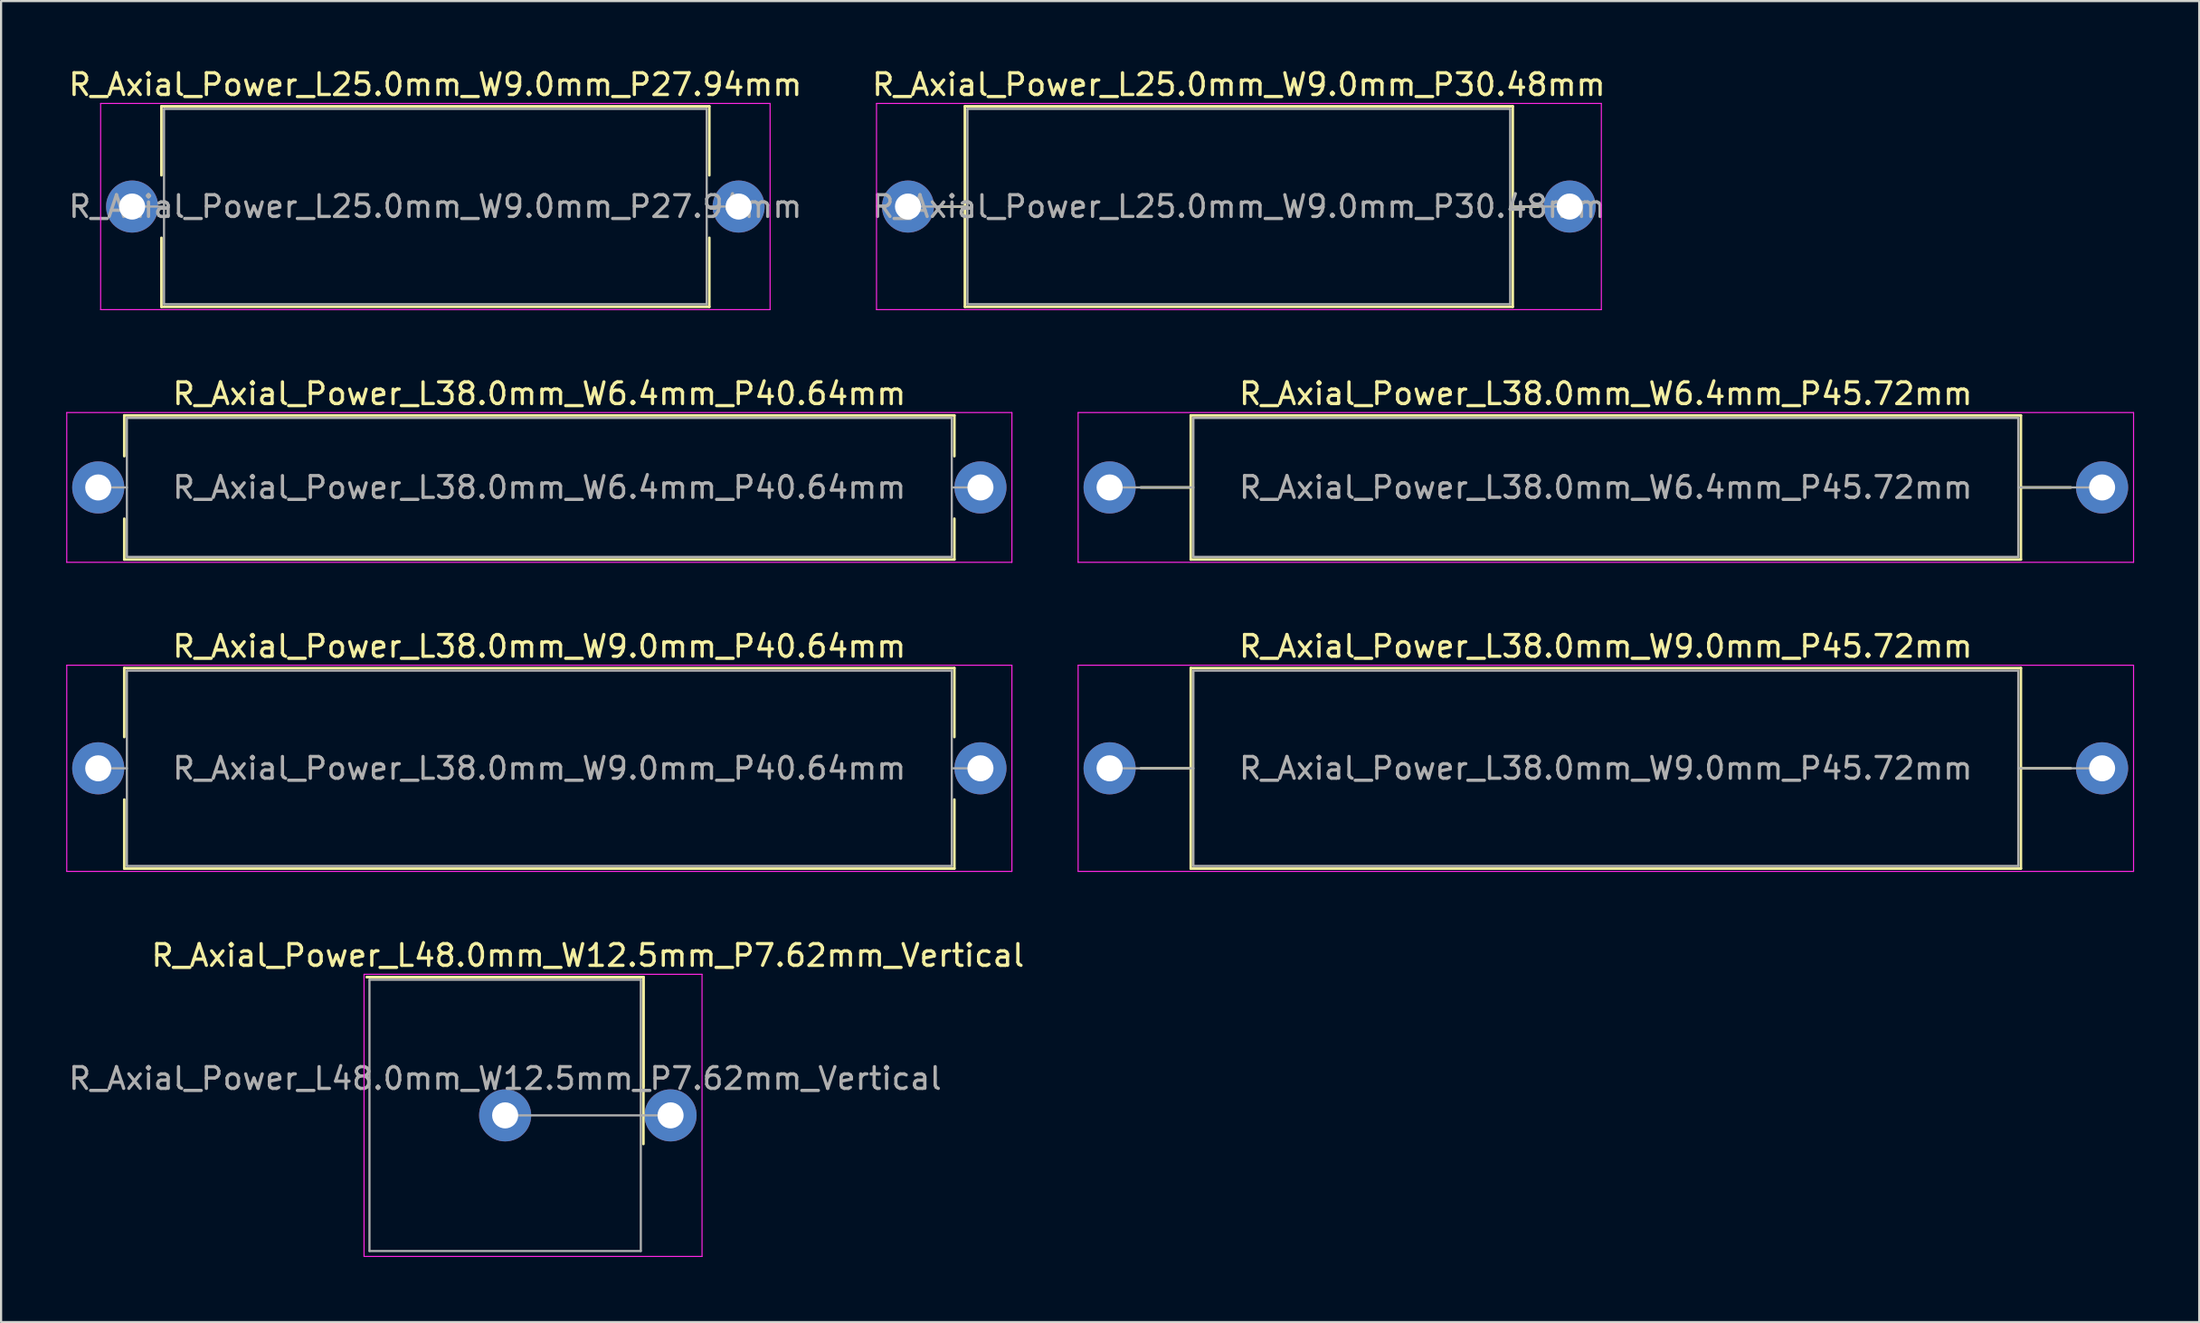
<source format=kicad_pcb>
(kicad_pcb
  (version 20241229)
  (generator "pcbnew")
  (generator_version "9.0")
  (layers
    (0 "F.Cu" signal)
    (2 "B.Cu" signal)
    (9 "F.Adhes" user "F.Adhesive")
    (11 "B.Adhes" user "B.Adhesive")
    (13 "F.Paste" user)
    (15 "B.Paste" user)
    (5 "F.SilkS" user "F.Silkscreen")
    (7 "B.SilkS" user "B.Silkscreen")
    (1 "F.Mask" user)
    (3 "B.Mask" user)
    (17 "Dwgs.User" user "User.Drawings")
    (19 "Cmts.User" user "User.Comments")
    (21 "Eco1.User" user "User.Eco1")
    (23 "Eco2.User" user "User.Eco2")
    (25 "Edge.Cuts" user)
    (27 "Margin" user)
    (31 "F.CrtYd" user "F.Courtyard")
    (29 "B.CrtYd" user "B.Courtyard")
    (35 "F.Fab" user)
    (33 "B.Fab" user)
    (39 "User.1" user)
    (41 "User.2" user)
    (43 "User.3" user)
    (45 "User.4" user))
  (footprint "R_Axial_Power_L38.0mm_W6.4mm_P40.64mm"
    (layer "F.Cu")
    (at 1.475 19.412)
    (property "Reference" "R_Axial_Power_L38.0mm_W6.4mm_P40.64mm" (at 20.32 -4.32 0) (layer "F.SilkS") (effects (font (size 1 1) (thickness 0.15))))
    (attr through_hole)
    (fp_line (start 1.2 -3.32) (end 39.44 -3.32) (stroke (width 0.12) (type solid)) (layer "F.SilkS"))
    (fp_line (start 1.2 -1.44) (end 1.2 -3.32) (stroke (width 0.12) (type solid)) (layer "F.SilkS"))
    (fp_line (start 1.2 1.44) (end 1.2 3.32) (stroke (width 0.12) (type solid)) (layer "F.SilkS"))
    (fp_line (start 1.2 3.32) (end 39.44 3.32) (stroke (width 0.12) (type solid)) (layer "F.SilkS"))
    (fp_line (start 39.44 -3.32) (end 39.44 -1.44) (stroke (width 0.12) (type solid)) (layer "F.SilkS"))
    (fp_line (start 39.44 3.32) (end 39.44 1.44) (stroke (width 0.12) (type solid)) (layer "F.SilkS"))
    (fp_line (start -1.45 -3.45) (end -1.45 3.45) (stroke (width 0.05) (type solid)) (layer "F.CrtYd"))
    (fp_line (start -1.45 3.45) (end 42.09 3.45) (stroke (width 0.05) (type solid)) (layer "F.CrtYd"))
    (fp_line (start 42.09 -3.45) (end -1.45 -3.45) (stroke (width 0.05) (type solid)) (layer "F.CrtYd"))
    (fp_line (start 42.09 3.45) (end 42.09 -3.45) (stroke (width 0.05) (type solid)) (layer "F.CrtYd"))
    (fp_line (start 0 0) (end 1.32 0) (stroke (width 0.1) (type solid)) (layer "F.Fab"))
    (fp_line (start 1.32 -3.2) (end 1.32 3.2) (stroke (width 0.1) (type solid)) (layer "F.Fab"))
    (fp_line (start 1.32 3.2) (end 39.32 3.2) (stroke (width 0.1) (type solid)) (layer "F.Fab"))
    (fp_line (start 39.32 -3.2) (end 1.32 -3.2) (stroke (width 0.1) (type solid)) (layer "F.Fab"))
    (fp_line (start 39.32 3.2) (end 39.32 -3.2) (stroke (width 0.1) (type solid)) (layer "F.Fab"))
    (fp_line (start 40.64 0) (end 39.32 0) (stroke (width 0.1) (type solid)) (layer "F.Fab"))
    (fp_text user "${REFERENCE}" (at 20.32 0 0) (layer "F.Fab") (effects (font (size 1 1) (thickness 0.15))))
    (pad "1" thru_hole circle (at 0 0) (size 2.4 2.4) (drill 1.2) (layers "*.Cu" "*.Mask"))
    (pad "2" thru_hole oval (at 40.64 0) (size 2.4 2.4) (drill 1.2) (layers "*.Cu" "*.Mask")))
  (footprint "R_Axial_Power_L25.0mm_W9.0mm_P27.94mm"
    (layer "F.Cu")
    (at 3.036 6.468)
    (property "Reference" "R_Axial_Power_L25.0mm_W9.0mm_P27.94mm" (at 13.97 -5.62 0) (layer "F.SilkS") (effects (font (size 1 1) (thickness 0.15))))
    (attr through_hole)
    (fp_line (start 1.35 -4.62) (end 26.59 -4.62) (stroke (width 0.12) (type solid)) (layer "F.SilkS"))
    (fp_line (start 1.35 -1.44) (end 1.35 -4.62) (stroke (width 0.12) (type solid)) (layer "F.SilkS"))
    (fp_line (start 1.35 1.44) (end 1.35 4.62) (stroke (width 0.12) (type solid)) (layer "F.SilkS"))
    (fp_line (start 1.35 4.62) (end 26.59 4.62) (stroke (width 0.12) (type solid)) (layer "F.SilkS"))
    (fp_line (start 26.59 -4.62) (end 26.59 -1.44) (stroke (width 0.12) (type solid)) (layer "F.SilkS"))
    (fp_line (start 26.59 4.62) (end 26.59 1.44) (stroke (width 0.12) (type solid)) (layer "F.SilkS"))
    (fp_line (start -1.45 -4.75) (end -1.45 4.75) (stroke (width 0.05) (type solid)) (layer "F.CrtYd"))
    (fp_line (start -1.45 4.75) (end 29.39 4.75) (stroke (width 0.05) (type solid)) (layer "F.CrtYd"))
    (fp_line (start 29.39 -4.75) (end -1.45 -4.75) (stroke (width 0.05) (type solid)) (layer "F.CrtYd"))
    (fp_line (start 29.39 4.75) (end 29.39 -4.75) (stroke (width 0.05) (type solid)) (layer "F.CrtYd"))
    (fp_line (start 0 0) (end 1.47 0) (stroke (width 0.1) (type solid)) (layer "F.Fab"))
    (fp_line (start 1.47 -4.5) (end 1.47 4.5) (stroke (width 0.1) (type solid)) (layer "F.Fab"))
    (fp_line (start 1.47 4.5) (end 26.47 4.5) (stroke (width 0.1) (type solid)) (layer "F.Fab"))
    (fp_line (start 26.47 -4.5) (end 1.47 -4.5) (stroke (width 0.1) (type solid)) (layer "F.Fab"))
    (fp_line (start 26.47 4.5) (end 26.47 -4.5) (stroke (width 0.1) (type solid)) (layer "F.Fab"))
    (fp_line (start 27.94 0) (end 26.47 0) (stroke (width 0.1) (type solid)) (layer "F.Fab"))
    (fp_text user "${REFERENCE}" (at 13.97 0 0) (layer "F.Fab") (effects (font (size 1 1) (thickness 0.15))))
    (pad "1" thru_hole circle (at 0 0) (size 2.4 2.4) (drill 1.2) (layers "*.Cu" "*.Mask"))
    (pad "2" thru_hole oval (at 27.94 0) (size 2.4 2.4) (drill 1.2) (layers "*.Cu" "*.Mask")))
  (footprint "R_Axial_Power_L25.0mm_W9.0mm_P30.48mm"
    (layer "F.Cu")
    (at 38.778 6.468)
    (property "Reference" "R_Axial_Power_L25.0mm_W9.0mm_P30.48mm" (at 15.24 -5.62 0) (layer "F.SilkS") (effects (font (size 1 1) (thickness 0.15))))
    (attr through_hole)
    (fp_line (start 1.44 0) (end 2.62 0) (stroke (width 0.12) (type solid)) (layer "F.SilkS"))
    (fp_line (start 2.62 -4.62) (end 2.62 4.62) (stroke (width 0.12) (type solid)) (layer "F.SilkS"))
    (fp_line (start 2.62 4.62) (end 27.86 4.62) (stroke (width 0.12) (type solid)) (layer "F.SilkS"))
    (fp_line (start 27.86 -4.62) (end 2.62 -4.62) (stroke (width 0.12) (type solid)) (layer "F.SilkS"))
    (fp_line (start 27.86 4.62) (end 27.86 -4.62) (stroke (width 0.12) (type solid)) (layer "F.SilkS"))
    (fp_line (start 29.04 0) (end 27.86 0) (stroke (width 0.12) (type solid)) (layer "F.SilkS"))
    (fp_line (start -1.45 -4.75) (end -1.45 4.75) (stroke (width 0.05) (type solid)) (layer "F.CrtYd"))
    (fp_line (start -1.45 4.75) (end 31.94 4.75) (stroke (width 0.05) (type solid)) (layer "F.CrtYd"))
    (fp_line (start 31.94 -4.75) (end -1.45 -4.75) (stroke (width 0.05) (type solid)) (layer "F.CrtYd"))
    (fp_line (start 31.94 4.75) (end 31.94 -4.75) (stroke (width 0.05) (type solid)) (layer "F.CrtYd"))
    (fp_line (start 0 0) (end 2.74 0) (stroke (width 0.1) (type solid)) (layer "F.Fab"))
    (fp_line (start 2.74 -4.5) (end 2.74 4.5) (stroke (width 0.1) (type solid)) (layer "F.Fab"))
    (fp_line (start 2.74 4.5) (end 27.74 4.5) (stroke (width 0.1) (type solid)) (layer "F.Fab"))
    (fp_line (start 27.74 -4.5) (end 2.74 -4.5) (stroke (width 0.1) (type solid)) (layer "F.Fab"))
    (fp_line (start 27.74 4.5) (end 27.74 -4.5) (stroke (width 0.1) (type solid)) (layer "F.Fab"))
    (fp_line (start 30.48 0) (end 27.74 0) (stroke (width 0.1) (type solid)) (layer "F.Fab"))
    (fp_text user "${REFERENCE}" (at 15.24 0 0) (layer "F.Fab") (effects (font (size 1 1) (thickness 0.15))))
    (pad "1" thru_hole circle (at 0 0) (size 2.4 2.4) (drill 1.2) (layers "*.Cu" "*.Mask"))
    (pad "2" thru_hole oval (at 30.48 0) (size 2.4 2.4) (drill 1.2) (layers "*.Cu" "*.Mask")))
  (footprint "R_Axial_Power_L38.0mm_W9.0mm_P45.72mm"
    (layer "F.Cu")
    (at 48.065 32.355)
    (property "Reference" "R_Axial_Power_L38.0mm_W9.0mm_P45.72mm" (at 22.86 -5.62 0) (layer "F.SilkS") (effects (font (size 1 1) (thickness 0.15))))
    (attr through_hole)
    (fp_line (start 1.44 0) (end 3.74 0) (stroke (width 0.12) (type solid)) (layer "F.SilkS"))
    (fp_line (start 3.74 -4.62) (end 3.74 4.62) (stroke (width 0.12) (type solid)) (layer "F.SilkS"))
    (fp_line (start 3.74 4.62) (end 41.98 4.62) (stroke (width 0.12) (type solid)) (layer "F.SilkS"))
    (fp_line (start 41.98 -4.62) (end 3.74 -4.62) (stroke (width 0.12) (type solid)) (layer "F.SilkS"))
    (fp_line (start 41.98 4.62) (end 41.98 -4.62) (stroke (width 0.12) (type solid)) (layer "F.SilkS"))
    (fp_line (start 44.28 0) (end 41.98 0) (stroke (width 0.12) (type solid)) (layer "F.SilkS"))
    (fp_line (start -1.45 -4.75) (end -1.45 4.75) (stroke (width 0.05) (type solid)) (layer "F.CrtYd"))
    (fp_line (start -1.45 4.75) (end 47.17 4.75) (stroke (width 0.05) (type solid)) (layer "F.CrtYd"))
    (fp_line (start 47.17 -4.75) (end -1.45 -4.75) (stroke (width 0.05) (type solid)) (layer "F.CrtYd"))
    (fp_line (start 47.17 4.75) (end 47.17 -4.75) (stroke (width 0.05) (type solid)) (layer "F.CrtYd"))
    (fp_line (start 0 0) (end 3.86 0) (stroke (width 0.1) (type solid)) (layer "F.Fab"))
    (fp_line (start 3.86 -4.5) (end 3.86 4.5) (stroke (width 0.1) (type solid)) (layer "F.Fab"))
    (fp_line (start 3.86 4.5) (end 41.86 4.5) (stroke (width 0.1) (type solid)) (layer "F.Fab"))
    (fp_line (start 41.86 -4.5) (end 3.86 -4.5) (stroke (width 0.1) (type solid)) (layer "F.Fab"))
    (fp_line (start 41.86 4.5) (end 41.86 -4.5) (stroke (width 0.1) (type solid)) (layer "F.Fab"))
    (fp_line (start 45.72 0) (end 41.86 0) (stroke (width 0.1) (type solid)) (layer "F.Fab"))
    (fp_text user "${REFERENCE}" (at 22.86 0 0) (layer "F.Fab") (effects (font (size 1 1) (thickness 0.15))))
    (pad "1" thru_hole circle (at 0 0) (size 2.4 2.4) (drill 1.2) (layers "*.Cu" "*.Mask"))
    (pad "2" thru_hole oval (at 45.72 0) (size 2.4 2.4) (drill 1.2) (layers "*.Cu" "*.Mask")))
  (footprint "R_Axial_Power_L38.0mm_W9.0mm_P40.64mm"
    (layer "F.Cu")
    (at 1.475 32.355)
    (property "Reference" "R_Axial_Power_L38.0mm_W9.0mm_P40.64mm" (at 20.32 -5.62 0) (layer "F.SilkS") (effects (font (size 1 1) (thickness 0.15))))
    (attr through_hole)
    (fp_line (start 1.2 -4.62) (end 39.44 -4.62) (stroke (width 0.12) (type solid)) (layer "F.SilkS"))
    (fp_line (start 1.2 -1.44) (end 1.2 -4.62) (stroke (width 0.12) (type solid)) (layer "F.SilkS"))
    (fp_line (start 1.2 1.44) (end 1.2 4.62) (stroke (width 0.12) (type solid)) (layer "F.SilkS"))
    (fp_line (start 1.2 4.62) (end 39.44 4.62) (stroke (width 0.12) (type solid)) (layer "F.SilkS"))
    (fp_line (start 39.44 -4.62) (end 39.44 -1.44) (stroke (width 0.12) (type solid)) (layer "F.SilkS"))
    (fp_line (start 39.44 4.62) (end 39.44 1.44) (stroke (width 0.12) (type solid)) (layer "F.SilkS"))
    (fp_line (start -1.45 -4.75) (end -1.45 4.75) (stroke (width 0.05) (type solid)) (layer "F.CrtYd"))
    (fp_line (start -1.45 4.75) (end 42.09 4.75) (stroke (width 0.05) (type solid)) (layer "F.CrtYd"))
    (fp_line (start 42.09 -4.75) (end -1.45 -4.75) (stroke (width 0.05) (type solid)) (layer "F.CrtYd"))
    (fp_line (start 42.09 4.75) (end 42.09 -4.75) (stroke (width 0.05) (type solid)) (layer "F.CrtYd"))
    (fp_line (start 0 0) (end 1.32 0) (stroke (width 0.1) (type solid)) (layer "F.Fab"))
    (fp_line (start 1.32 -4.5) (end 1.32 4.5) (stroke (width 0.1) (type solid)) (layer "F.Fab"))
    (fp_line (start 1.32 4.5) (end 39.32 4.5) (stroke (width 0.1) (type solid)) (layer "F.Fab"))
    (fp_line (start 39.32 -4.5) (end 1.32 -4.5) (stroke (width 0.1) (type solid)) (layer "F.Fab"))
    (fp_line (start 39.32 4.5) (end 39.32 -4.5) (stroke (width 0.1) (type solid)) (layer "F.Fab"))
    (fp_line (start 40.64 0) (end 39.32 0) (stroke (width 0.1) (type solid)) (layer "F.Fab"))
    (fp_text user "${REFERENCE}" (at 20.32 0 0) (layer "F.Fab") (effects (font (size 1 1) (thickness 0.15))))
    (pad "1" thru_hole circle (at 0 0) (size 2.4 2.4) (drill 1.2) (layers "*.Cu" "*.Mask"))
    (pad "2" thru_hole oval (at 40.64 0) (size 2.4 2.4) (drill 1.2) (layers "*.Cu" "*.Mask")))
  (footprint "R_Axial_Power_L38.0mm_W6.4mm_P45.72mm"
    (layer "F.Cu")
    (at 48.065 19.412)
    (property "Reference" "R_Axial_Power_L38.0mm_W6.4mm_P45.72mm" (at 22.86 -4.32 0) (layer "F.SilkS") (effects (font (size 1 1) (thickness 0.15))))
    (attr through_hole)
    (fp_line (start 1.44 0) (end 3.74 0) (stroke (width 0.12) (type solid)) (layer "F.SilkS"))
    (fp_line (start 3.74 -3.32) (end 3.74 3.32) (stroke (width 0.12) (type solid)) (layer "F.SilkS"))
    (fp_line (start 3.74 3.32) (end 41.98 3.32) (stroke (width 0.12) (type solid)) (layer "F.SilkS"))
    (fp_line (start 41.98 -3.32) (end 3.74 -3.32) (stroke (width 0.12) (type solid)) (layer "F.SilkS"))
    (fp_line (start 41.98 3.32) (end 41.98 -3.32) (stroke (width 0.12) (type solid)) (layer "F.SilkS"))
    (fp_line (start 44.28 0) (end 41.98 0) (stroke (width 0.12) (type solid)) (layer "F.SilkS"))
    (fp_line (start -1.45 -3.45) (end -1.45 3.45) (stroke (width 0.05) (type solid)) (layer "F.CrtYd"))
    (fp_line (start -1.45 3.45) (end 47.17 3.45) (stroke (width 0.05) (type solid)) (layer "F.CrtYd"))
    (fp_line (start 47.17 -3.45) (end -1.45 -3.45) (stroke (width 0.05) (type solid)) (layer "F.CrtYd"))
    (fp_line (start 47.17 3.45) (end 47.17 -3.45) (stroke (width 0.05) (type solid)) (layer "F.CrtYd"))
    (fp_line (start 0 0) (end 3.86 0) (stroke (width 0.1) (type solid)) (layer "F.Fab"))
    (fp_line (start 3.86 -3.2) (end 3.86 3.2) (stroke (width 0.1) (type solid)) (layer "F.Fab"))
    (fp_line (start 3.86 3.2) (end 41.86 3.2) (stroke (width 0.1) (type solid)) (layer "F.Fab"))
    (fp_line (start 41.86 -3.2) (end 3.86 -3.2) (stroke (width 0.1) (type solid)) (layer "F.Fab"))
    (fp_line (start 41.86 3.2) (end 41.86 -3.2) (stroke (width 0.1) (type solid)) (layer "F.Fab"))
    (fp_line (start 45.72 0) (end 41.86 0) (stroke (width 0.1) (type solid)) (layer "F.Fab"))
    (fp_text user "${REFERENCE}" (at 22.86 0 0) (layer "F.Fab") (effects (font (size 1 1) (thickness 0.15))))
    (pad "1" thru_hole circle (at 0 0) (size 2.4 2.4) (drill 1.2) (layers "*.Cu" "*.Mask"))
    (pad "2" thru_hole oval (at 45.72 0) (size 2.4 2.4) (drill 1.2) (layers "*.Cu" "*.Mask")))
  (footprint "R_Axial_Power_L48.0mm_W12.5mm_P7.62mm_Vertical"
    (layer "F.Cu")
    (at 20.22 48.348)
    (property "Reference" "R_Axial_Power_L48.0mm_W12.5mm_P7.62mm_Vertical" (at 3.81 -7.37 0) (layer "F.SilkS") (effects (font (size 1 1) (thickness 0.15))))
    (attr through_hole)
    (fp_line (start -6.37 -6.37) (end 6.37 -6.37) (stroke (width 0.12) (type solid)) (layer "F.SilkS"))
    (fp_line (start 6.37 -6.37) (end -6.37 -6.37) (stroke (width 0.12) (type solid)) (layer "F.SilkS"))
    (fp_line (start 6.37 -6.37) (end 6.37 1.32) (stroke (width 0.12) (type solid)) (layer "F.SilkS"))
    (fp_line (start 6.37 -1.32) (end 6.37 -6.37) (stroke (width 0.12) (type solid)) (layer "F.SilkS"))
    (fp_line (start -6.5 -6.5) (end -6.5 6.5) (stroke (width 0.05) (type solid)) (layer "F.CrtYd"))
    (fp_line (start -6.5 6.5) (end 9.07 6.5) (stroke (width 0.05) (type solid)) (layer "F.CrtYd"))
    (fp_line (start 9.07 -6.5) (end -6.5 -6.5) (stroke (width 0.05) (type solid)) (layer "F.CrtYd"))
    (fp_line (start 9.07 6.5) (end 9.07 -6.5) (stroke (width 0.05) (type solid)) (layer "F.CrtYd"))
    (fp_line (start -6.25 -6.25) (end -6.25 6.25) (stroke (width 0.1) (type solid)) (layer "F.Fab"))
    (fp_line (start -6.25 6.25) (end 6.25 6.25) (stroke (width 0.1) (type solid)) (layer "F.Fab"))
    (fp_line (start 0 0) (end 7.62 0) (stroke (width 0.1) (type solid)) (layer "F.Fab"))
    (fp_line (start 6.25 -6.25) (end -6.25 -6.25) (stroke (width 0.1) (type solid)) (layer "F.Fab"))
    (fp_line (start 6.25 6.25) (end 6.25 -6.25) (stroke (width 0.1) (type solid)) (layer "F.Fab"))
    (fp_text user "${REFERENCE}" (at 0 -1.7 0) (layer "F.Fab") (effects (font (size 1 1) (thickness 0.15))))
    (pad "1" thru_hole circle (at 0 0) (size 2.4 2.4) (drill 1.2) (layers "*.Cu" "*.Mask"))
    (pad "2" thru_hole oval (at 7.62 0) (size 2.4 2.4) (drill 1.2) (layers "*.Cu" "*.Mask")))
  (gr_rect
    (start -3 -3)
    (end 98.26 57.873)
    (stroke (width 0.1) (type default))
    (fill no)
    (layer "Edge.Cuts")))
</source>
